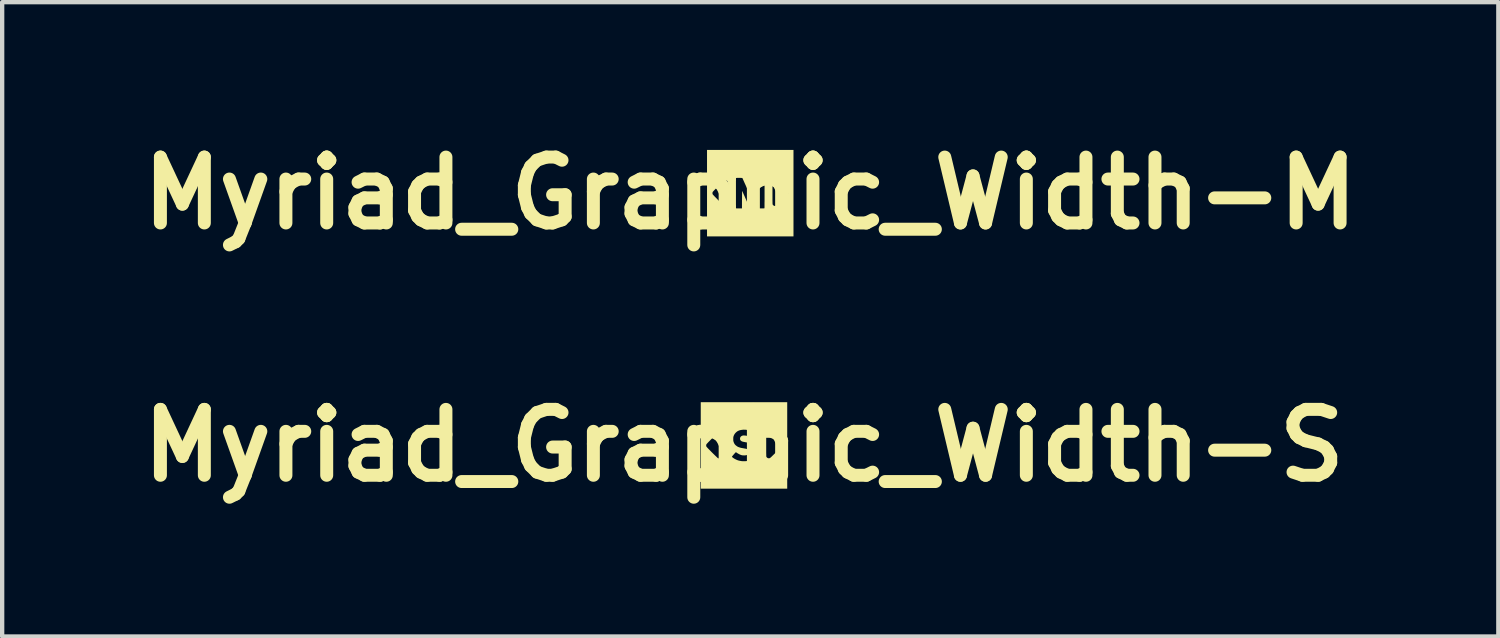
<source format=kicad_pcb>
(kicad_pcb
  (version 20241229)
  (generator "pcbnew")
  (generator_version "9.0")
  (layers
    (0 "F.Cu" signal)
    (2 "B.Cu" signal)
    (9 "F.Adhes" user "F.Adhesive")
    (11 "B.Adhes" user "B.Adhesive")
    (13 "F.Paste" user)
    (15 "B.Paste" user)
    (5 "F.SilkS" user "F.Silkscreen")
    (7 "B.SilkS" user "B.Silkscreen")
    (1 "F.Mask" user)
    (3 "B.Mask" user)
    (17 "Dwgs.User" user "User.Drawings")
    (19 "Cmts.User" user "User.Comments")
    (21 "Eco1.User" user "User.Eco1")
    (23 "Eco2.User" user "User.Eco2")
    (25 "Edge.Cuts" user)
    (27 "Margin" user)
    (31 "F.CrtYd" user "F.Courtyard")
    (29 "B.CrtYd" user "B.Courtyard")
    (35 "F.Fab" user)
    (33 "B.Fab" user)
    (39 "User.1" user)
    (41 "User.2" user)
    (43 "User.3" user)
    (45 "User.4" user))
  (footprint "Myriad_Graphic_Width-M"
    (layer "F.Cu")
    (at 14.304 1.418)
    (property "Reference" "Myriad_Graphic_Width-M" (at 0 0 0) (layer "F.SilkS") (effects (font (size 1.524 1.524) (thickness 0.3))))
    (attr exclude_from_pos_files exclude_from_bom)
    (fp_poly (pts (xy 1 1) (xy -1 1) (xy -1 -0.009) (xy -0.874 -0.009) (xy -0.874 0.01) (xy -0.869 0.027) (xy -0.866 0.031) (xy -0.858 0.04) (xy -0.847 0.052) (xy -0.833 0.067) (xy -0.817 0.084) (xy -0.798 0.103) (xy -0.778 0.123) (xy -0.757 0.145) (xy -0.736 0.166) (xy -0.714 0.188) (xy -0.693 0.208) (xy -0.673 0.228) (xy -0.654 0.246) (xy -0.637 0.262) (xy -0.623 0.276) (xy -0.612 0.286) (xy -0.604 0.293) (xy -0.6 0.295) (xy -0.588 0.298) (xy -0.573 0.299) (xy -0.558 0.297) (xy -0.546 0.292) (xy -0.545 0.292) (xy -0.532 0.281) (xy -0.521 0.266) (xy -0.519 0.264) (xy -0.518 0.262) (xy -0.518 0.259) (xy -0.517 0.255) (xy -0.516 0.249) (xy -0.516 0.241) (xy -0.515 0.231) (xy -0.515 0.218) (xy -0.514 0.201) (xy -0.514 0.181) (xy -0.514 0.156) (xy -0.514 0.127) (xy -0.513 0.093) (xy -0.513 0.053) (xy -0.513 0.017) (xy -0.513 0.01) (xy -0.331 0.01) (xy -0.331 0.051) (xy -0.331 0.091) (xy -0.331 0.129) (xy -0.331 0.166) (xy -0.331 0.201) (xy -0.331 0.234) (xy -0.331 0.263) (xy -0.33 0.289) (xy -0.33 0.311) (xy -0.33 0.328) (xy -0.33 0.34) (xy -0.329 0.347) (xy -0.329 0.348) (xy -0.328 0.35) (xy -0.325 0.351) (xy -0.32 0.352) (xy -0.312 0.352) (xy -0.3 0.353) (xy -0.283 0.353) (xy -0.26 0.352) (xy -0.26 0.352) (xy -0.192 0.352) (xy -0.191 0.147) (xy -0.19 0.104) (xy -0.19 0.068) (xy -0.19 0.037) (xy -0.189 0.011) (xy -0.189 -0.01) (xy -0.188 -0.026) (xy -0.188 -0.038) (xy -0.187 -0.045) (xy -0.186 -0.05) (xy -0.186 -0.05) (xy -0.185 -0.05) (xy -0.184 -0.046) (xy -0.179 -0.036) (xy -0.173 -0.022) (xy -0.165 -0.004) (xy -0.156 0.017) (xy -0.145 0.042) (xy -0.133 0.068) (xy -0.121 0.096) (xy -0.119 0.102) (xy -0.106 0.13) (xy -0.094 0.157) (xy -0.083 0.181) (xy -0.074 0.203) (xy -0.065 0.221) (xy -0.058 0.236) (xy -0.054 0.246) (xy -0.051 0.25) (xy -0.051 0.251) (xy -0.048 0.253) (xy -0.044 0.254) (xy -0.037 0.255) (xy -0.027 0.256) (xy -0.012 0.256) (xy 0 0.256) (xy 0.018 0.256) (xy 0.031 0.256) (xy 0.04 0.255) (xy 0.046 0.254) (xy 0.049 0.252) (xy 0.051 0.251) (xy 0.053 0.247) (xy 0.057 0.238) (xy 0.064 0.224) (xy 0.072 0.207) (xy 0.081 0.186) (xy 0.092 0.162) (xy 0.104 0.135) (xy 0.116 0.107) (xy 0.119 0.102) (xy 0.131 0.073) (xy 0.143 0.046) (xy 0.154 0.022) (xy 0.164 -0.000378) (xy 0.172 -0.019) (xy 0.178 -0.034) (xy 0.183 -0.044) (xy 0.185 -0.05) (xy 0.185 -0.05) (xy 0.186 -0.05) (xy 0.187 -0.047) (xy 0.188 -0.041) (xy 0.188 -0.03) (xy 0.189 -0.016) (xy 0.189 0.003) (xy 0.189 0.027) (xy 0.19 0.056) (xy 0.19 0.09) (xy 0.19 0.131) (xy 0.191 0.147) (xy 0.192 0.352) (xy 0.259 0.352) (xy 0.283 0.353) (xy 0.3 0.353) (xy 0.313 0.352) (xy 0.322 0.351) (xy 0.327 0.35) (xy 0.329 0.349) (xy 0.329 0.346) (xy 0.329 0.336) (xy 0.33 0.322) (xy 0.33 0.302) (xy 0.33 0.279) (xy 0.33 0.251) (xy 0.33 0.22) (xy 0.331 0.187) (xy 0.331 0.151) (xy 0.331 0.113) (xy 0.331 0.074) (xy 0.331 0.033) (xy 0.331 0) (xy 0.514 0) (xy 0.514 0.046) (xy 0.514 0.086) (xy 0.514 0.121) (xy 0.514 0.151) (xy 0.514 0.177) (xy 0.515 0.198) (xy 0.515 0.215) (xy 0.515 0.229) (xy 0.516 0.24) (xy 0.516 0.248) (xy 0.517 0.254) (xy 0.517 0.259) (xy 0.518 0.262) (xy 0.519 0.264) (xy 0.519 0.264) (xy 0.531 0.279) (xy 0.546 0.29) (xy 0.564 0.296) (xy 0.583 0.296) (xy 0.599 0.292) (xy 0.604 0.289) (xy 0.613 0.281) (xy 0.625 0.271) (xy 0.64 0.257) (xy 0.657 0.24) (xy 0.676 0.222) (xy 0.696 0.202) (xy 0.718 0.181) (xy 0.739 0.16) (xy 0.761 0.138) (xy 0.782 0.117) (xy 0.801 0.097) (xy 0.82 0.078) (xy 0.836 0.061) (xy 0.849 0.047) (xy 0.86 0.035) (xy 0.866 0.027) (xy 0.869 0.023) (xy 0.874 0.005) (xy 0.873 -0.013) (xy 0.869 -0.027) (xy 0.865 -0.032) (xy 0.857 -0.042) (xy 0.846 -0.054) (xy 0.831 -0.069) (xy 0.814 -0.087) (xy 0.795 -0.106) (xy 0.775 -0.127) (xy 0.754 -0.148) (xy 0.732 -0.17) (xy 0.71 -0.191) (xy 0.689 -0.212) (xy 0.668 -0.231) (xy 0.65 -0.249) (xy 0.633 -0.265) (xy 0.619 -0.277) (xy 0.607 -0.287) (xy 0.6 -0.293) (xy 0.597 -0.295) (xy 0.579 -0.299) (xy 0.562 -0.298) (xy 0.545 -0.292) (xy 0.531 -0.28) (xy 0.523 -0.269) (xy 0.514 -0.255) (xy 0.514 0) (xy 0.331 0) (xy 0.331 -0.007) (xy 0.331 -0.048) (xy 0.331 -0.087) (xy 0.331 -0.126) (xy 0.331 -0.163) (xy 0.331 -0.199) (xy 0.331 -0.231) (xy 0.331 -0.261) (xy 0.331 -0.287) (xy 0.33 -0.309) (xy 0.33 -0.327) (xy 0.33 -0.339) (xy 0.33 -0.347) (xy 0.329 -0.348) (xy 0.328 -0.35) (xy 0.325 -0.351) (xy 0.32 -0.352) (xy 0.311 -0.353) (xy 0.298 -0.353) (xy 0.281 -0.353) (xy 0.258 -0.353) (xy 0.258 -0.353) (xy 0.235 -0.353) (xy 0.218 -0.353) (xy 0.205 -0.353) (xy 0.196 -0.352) (xy 0.19 -0.351) (xy 0.187 -0.35) (xy 0.184 -0.348) (xy 0.184 -0.348) (xy 0.182 -0.344) (xy 0.178 -0.335) (xy 0.171 -0.321) (xy 0.163 -0.303) (xy 0.153 -0.281) (xy 0.142 -0.256) (xy 0.13 -0.228) (xy 0.116 -0.197) (xy 0.102 -0.165) (xy 0.092 -0.141) (xy 0.077 -0.108) (xy 0.064 -0.076) (xy 0.051 -0.047) (xy 0.039 -0.02) (xy 0.028 0.003) (xy 0.019 0.024) (xy 0.012 0.04) (xy 0.007 0.051) (xy 0.004 0.058) (xy 0.003 0.059) (xy 0.001 0.057) (xy -0.003 0.049) (xy -0.009 0.036) (xy -0.017 0.018) (xy -0.026 -0.003) (xy -0.037 -0.027) (xy -0.05 -0.055) (xy -0.063 -0.085) (xy -0.078 -0.117) (xy -0.089 -0.143) (xy -0.104 -0.177) (xy -0.118 -0.208) (xy -0.132 -0.238) (xy -0.144 -0.266) (xy -0.155 -0.29) (xy -0.164 -0.311) (xy -0.172 -0.327) (xy -0.177 -0.34) (xy -0.181 -0.347) (xy -0.182 -0.349) (xy -0.185 -0.351) (xy -0.191 -0.352) (xy -0.202 -0.352) (xy -0.217 -0.353) (xy -0.237 -0.353) (xy -0.256 -0.353) (xy -0.279 -0.353) (xy -0.297 -0.353) (xy -0.31 -0.353) (xy -0.319 -0.352) (xy -0.325 -0.351) (xy -0.328 -0.35) (xy -0.329 -0.348) (xy -0.329 -0.348) (xy -0.33 -0.344) (xy -0.33 -0.335) (xy -0.33 -0.32) (xy -0.33 -0.3) (xy -0.331 -0.276) (xy -0.331 -0.249) (xy -0.331 -0.218) (xy -0.331 -0.184) (xy -0.331 -0.148) (xy -0.331 -0.11) (xy -0.331 -0.07) (xy -0.331 -0.03) (xy -0.331 0.01) (xy -0.513 0.01) (xy -0.513 -0.021) (xy -0.513 -0.058) (xy -0.513 -0.094) (xy -0.513 -0.126) (xy -0.513 -0.156) (xy -0.513 -0.182) (xy -0.513 -0.204) (xy -0.514 -0.221) (xy -0.514 -0.233) (xy -0.514 -0.24) (xy -0.514 -0.24) (xy -0.519 -0.26) (xy -0.528 -0.277) (xy -0.541 -0.289) (xy -0.558 -0.297) (xy -0.568 -0.299) (xy -0.574 -0.3) (xy -0.58 -0.3) (xy -0.586 -0.299) (xy -0.592 -0.297) (xy -0.598 -0.294) (xy -0.606 -0.288) (xy -0.615 -0.281) (xy -0.627 -0.272) (xy -0.64 -0.259) (xy -0.656 -0.244) (xy -0.676 -0.225) (xy -0.698 -0.203) (xy -0.725 -0.176) (xy -0.738 -0.163) (xy -0.77 -0.132) (xy -0.797 -0.104) (xy -0.82 -0.081) (xy -0.838 -0.062) (xy -0.852 -0.047) (xy -0.862 -0.036) (xy -0.868 -0.029) (xy -0.869 -0.027) (xy -0.874 -0.009) (xy -1 -0.009) (xy -1 -1) (xy 1 -1)) (stroke (width 0) (type solid)) (fill yes) (layer "F.SilkS")))
  (footprint "Myriad_Graphic_Width-S"
    (layer "F.Cu")
    (at 14.159 7.254)
    (property "Reference" "Myriad_Graphic_Width-S" (at 0 0 0) (layer "F.SilkS") (effects (font (size 1.524 1.524) (thickness 0.3))))
    (attr exclude_from_pos_files exclude_from_bom)
    (fp_poly (pts (xy 1 1) (xy -1 1) (xy -1 -0.009) (xy -0.874 -0.009) (xy -0.874 0.01) (xy -0.869 0.027) (xy -0.866 0.031) (xy -0.858 0.04) (xy -0.847 0.052) (xy -0.833 0.067) (xy -0.817 0.084) (xy -0.798 0.103) (xy -0.778 0.123) (xy -0.757 0.145) (xy -0.736 0.166) (xy -0.714 0.188) (xy -0.693 0.208) (xy -0.673 0.228) (xy -0.654 0.246) (xy -0.637 0.262) (xy -0.623 0.276) (xy -0.612 0.286) (xy -0.604 0.293) (xy -0.6 0.295) (xy -0.588 0.298) (xy -0.573 0.299) (xy -0.558 0.297) (xy -0.546 0.292) (xy -0.545 0.292) (xy -0.532 0.281) (xy -0.521 0.266) (xy -0.519 0.264) (xy -0.518 0.262) (xy -0.518 0.259) (xy -0.517 0.258) (xy -0.278 0.258) (xy -0.276 0.264) (xy -0.269 0.273) (xy -0.258 0.282) (xy -0.244 0.292) (xy -0.227 0.303) (xy -0.208 0.314) (xy -0.187 0.324) (xy -0.166 0.334) (xy -0.146 0.342) (xy -0.141 0.343) (xy -0.123 0.349) (xy -0.105 0.353) (xy -0.085 0.357) (xy -0.064 0.361) (xy -0.046 0.363) (xy -0.023 0.364) (xy 0.002 0.364) (xy 0.028 0.364) (xy 0.053 0.362) (xy 0.075 0.359) (xy 0.091 0.357) (xy 0.11 0.352) (xy 0.126 0.347) (xy 0.141 0.341) (xy 0.158 0.334) (xy 0.164 0.331) (xy 0.192 0.314) (xy 0.218 0.292) (xy 0.24 0.266) (xy 0.257 0.237) (xy 0.268 0.212) (xy 0.271 0.2) (xy 0.274 0.19) (xy 0.275 0.179) (xy 0.276 0.167) (xy 0.276 0.15) (xy 0.276 0.144) (xy 0.276 0.121) (xy 0.275 0.104) (xy 0.273 0.089) (xy 0.271 0.082) (xy 0.259 0.049) (xy 0.244 0.021) (xy 0.225 0) (xy 0.514 0) (xy 0.514 0.046) (xy 0.514 0.086) (xy 0.514 0.121) (xy 0.514 0.151) (xy 0.514 0.177) (xy 0.515 0.198) (xy 0.515 0.215) (xy 0.515 0.229) (xy 0.516 0.24) (xy 0.516 0.248) (xy 0.517 0.254) (xy 0.517 0.259) (xy 0.518 0.262) (xy 0.519 0.264) (xy 0.519 0.264) (xy 0.531 0.279) (xy 0.546 0.29) (xy 0.564 0.296) (xy 0.583 0.296) (xy 0.599 0.292) (xy 0.604 0.289) (xy 0.613 0.281) (xy 0.625 0.271) (xy 0.64 0.257) (xy 0.657 0.24) (xy 0.676 0.222) (xy 0.696 0.202) (xy 0.718 0.181) (xy 0.739 0.16) (xy 0.761 0.138) (xy 0.782 0.117) (xy 0.801 0.097) (xy 0.82 0.078) (xy 0.836 0.061) (xy 0.849 0.047) (xy 0.86 0.035) (xy 0.866 0.027) (xy 0.869 0.023) (xy 0.874 0.005) (xy 0.873 -0.013) (xy 0.869 -0.027) (xy 0.865 -0.032) (xy 0.857 -0.042) (xy 0.846 -0.054) (xy 0.831 -0.069) (xy 0.814 -0.087) (xy 0.795 -0.106) (xy 0.775 -0.127) (xy 0.754 -0.148) (xy 0.732 -0.17) (xy 0.71 -0.191) (xy 0.689 -0.212) (xy 0.668 -0.231) (xy 0.65 -0.249) (xy 0.633 -0.265) (xy 0.619 -0.277) (xy 0.607 -0.287) (xy 0.6 -0.293) (xy 0.597 -0.295) (xy 0.579 -0.299) (xy 0.562 -0.298) (xy 0.545 -0.292) (xy 0.531 -0.28) (xy 0.523 -0.269) (xy 0.514 -0.255) (xy 0.514 0) (xy 0.225 0) (xy 0.223 -0.003) (xy 0.205 -0.018) (xy 0.189 -0.029) (xy 0.172 -0.039) (xy 0.155 -0.047) (xy 0.136 -0.054) (xy 0.113 -0.06) (xy 0.087 -0.066) (xy 0.055 -0.072) (xy 0.046 -0.073) (xy 0.019 -0.078) (xy -0.002 -0.082) (xy -0.019 -0.086) (xy -0.032 -0.089) (xy -0.043 -0.093) (xy -0.052 -0.097) (xy -0.06 -0.101) (xy -0.064 -0.104) (xy -0.079 -0.117) (xy -0.088 -0.132) (xy -0.091 -0.15) (xy -0.092 -0.156) (xy -0.089 -0.177) (xy -0.081 -0.196) (xy -0.068 -0.21) (xy -0.049 -0.222) (xy -0.035 -0.227) (xy -0.024 -0.23) (xy -0.011 -0.231) (xy 0.004 -0.231) (xy 0.015 -0.23) (xy 0.041 -0.228) (xy 0.064 -0.224) (xy 0.088 -0.217) (xy 0.112 -0.207) (xy 0.139 -0.194) (xy 0.153 -0.186) (xy 0.163 -0.18) (xy 0.17 -0.178) (xy 0.174 -0.177) (xy 0.177 -0.179) (xy 0.178 -0.18) (xy 0.182 -0.184) (xy 0.189 -0.193) (xy 0.197 -0.205) (xy 0.206 -0.218) (xy 0.215 -0.233) (xy 0.225 -0.247) (xy 0.233 -0.26) (xy 0.24 -0.272) (xy 0.245 -0.28) (xy 0.247 -0.284) (xy 0.247 -0.284) (xy 0.244 -0.289) (xy 0.237 -0.295) (xy 0.226 -0.303) (xy 0.212 -0.312) (xy 0.197 -0.32) (xy 0.181 -0.328) (xy 0.137 -0.345) (xy 0.089 -0.357) (xy 0.04 -0.364) (xy -0.01 -0.365) (xy -0.013 -0.365) (xy -0.051 -0.361) (xy -0.085 -0.355) (xy -0.115 -0.346) (xy -0.143 -0.333) (xy -0.161 -0.322) (xy -0.188 -0.299) (xy -0.211 -0.273) (xy -0.229 -0.244) (xy -0.24 -0.217) (xy -0.243 -0.206) (xy -0.246 -0.196) (xy -0.247 -0.185) (xy -0.248 -0.172) (xy -0.248 -0.154) (xy -0.248 -0.15) (xy -0.248 -0.131) (xy -0.248 -0.117) (xy -0.246 -0.106) (xy -0.244 -0.096) (xy -0.241 -0.085) (xy -0.241 -0.084) (xy -0.229 -0.054) (xy -0.214 -0.028) (xy -0.194 -0.006) (xy -0.168 0.014) (xy -0.167 0.015) (xy -0.15 0.026) (xy -0.133 0.035) (xy -0.113 0.042) (xy -0.092 0.049) (xy -0.067 0.056) (xy -0.037 0.061) (xy -0.003 0.067) (xy 0.005 0.069) (xy 0.037 0.074) (xy 0.063 0.081) (xy 0.083 0.089) (xy 0.099 0.099) (xy 0.11 0.11) (xy 0.116 0.124) (xy 0.119 0.14) (xy 0.12 0.149) (xy 0.117 0.17) (xy 0.108 0.189) (xy 0.094 0.205) (xy 0.075 0.217) (xy 0.059 0.224) (xy 0.045 0.227) (xy 0.027 0.229) (xy 0.006 0.23) (xy -0.015 0.229) (xy -0.036 0.228) (xy -0.053 0.225) (xy -0.056 0.224) (xy -0.077 0.217) (xy -0.101 0.207) (xy -0.125 0.194) (xy -0.148 0.181) (xy -0.159 0.174) (xy -0.17 0.166) (xy -0.18 0.16) (xy -0.186 0.157) (xy -0.188 0.156) (xy -0.191 0.159) (xy -0.198 0.165) (xy -0.207 0.174) (xy -0.218 0.186) (xy -0.229 0.199) (xy -0.241 0.212) (xy -0.252 0.226) (xy -0.263 0.238) (xy -0.271 0.248) (xy -0.276 0.255) (xy -0.278 0.258) (xy -0.517 0.258) (xy -0.517 0.255) (xy -0.516 0.249) (xy -0.516 0.241) (xy -0.515 0.231) (xy -0.515 0.218) (xy -0.514 0.201) (xy -0.514 0.181) (xy -0.514 0.156) (xy -0.514 0.127) (xy -0.513 0.093) (xy -0.513 0.053) (xy -0.513 0.017) (xy -0.513 -0.021) (xy -0.513 -0.058) (xy -0.513 -0.094) (xy -0.513 -0.126) (xy -0.513 -0.156) (xy -0.513 -0.182) (xy -0.513 -0.204) (xy -0.514 -0.221) (xy -0.514 -0.233) (xy -0.514 -0.24) (xy -0.514 -0.24) (xy -0.519 -0.26) (xy -0.528 -0.277) (xy -0.541 -0.289) (xy -0.558 -0.297) (xy -0.568 -0.299) (xy -0.574 -0.3) (xy -0.58 -0.3) (xy -0.586 -0.299) (xy -0.592 -0.297) (xy -0.598 -0.294) (xy -0.606 -0.288) (xy -0.615 -0.281) (xy -0.627 -0.272) (xy -0.64 -0.259) (xy -0.656 -0.244) (xy -0.676 -0.225) (xy -0.698 -0.203) (xy -0.725 -0.176) (xy -0.738 -0.163) (xy -0.77 -0.132) (xy -0.797 -0.104) (xy -0.82 -0.081) (xy -0.838 -0.062) (xy -0.852 -0.047) (xy -0.862 -0.036) (xy -0.868 -0.029) (xy -0.869 -0.027) (xy -0.874 -0.009) (xy -1 -0.009) (xy -1 -1) (xy 1 -1)) (stroke (width 0) (type solid)) (fill yes) (layer "F.SilkS")))
  (gr_rect
    (start -3 -3)
    (end 31.608 11.672)
    (stroke (width 0.1) (type default))
    (fill no)
    (layer "Edge.Cuts")))
</source>
